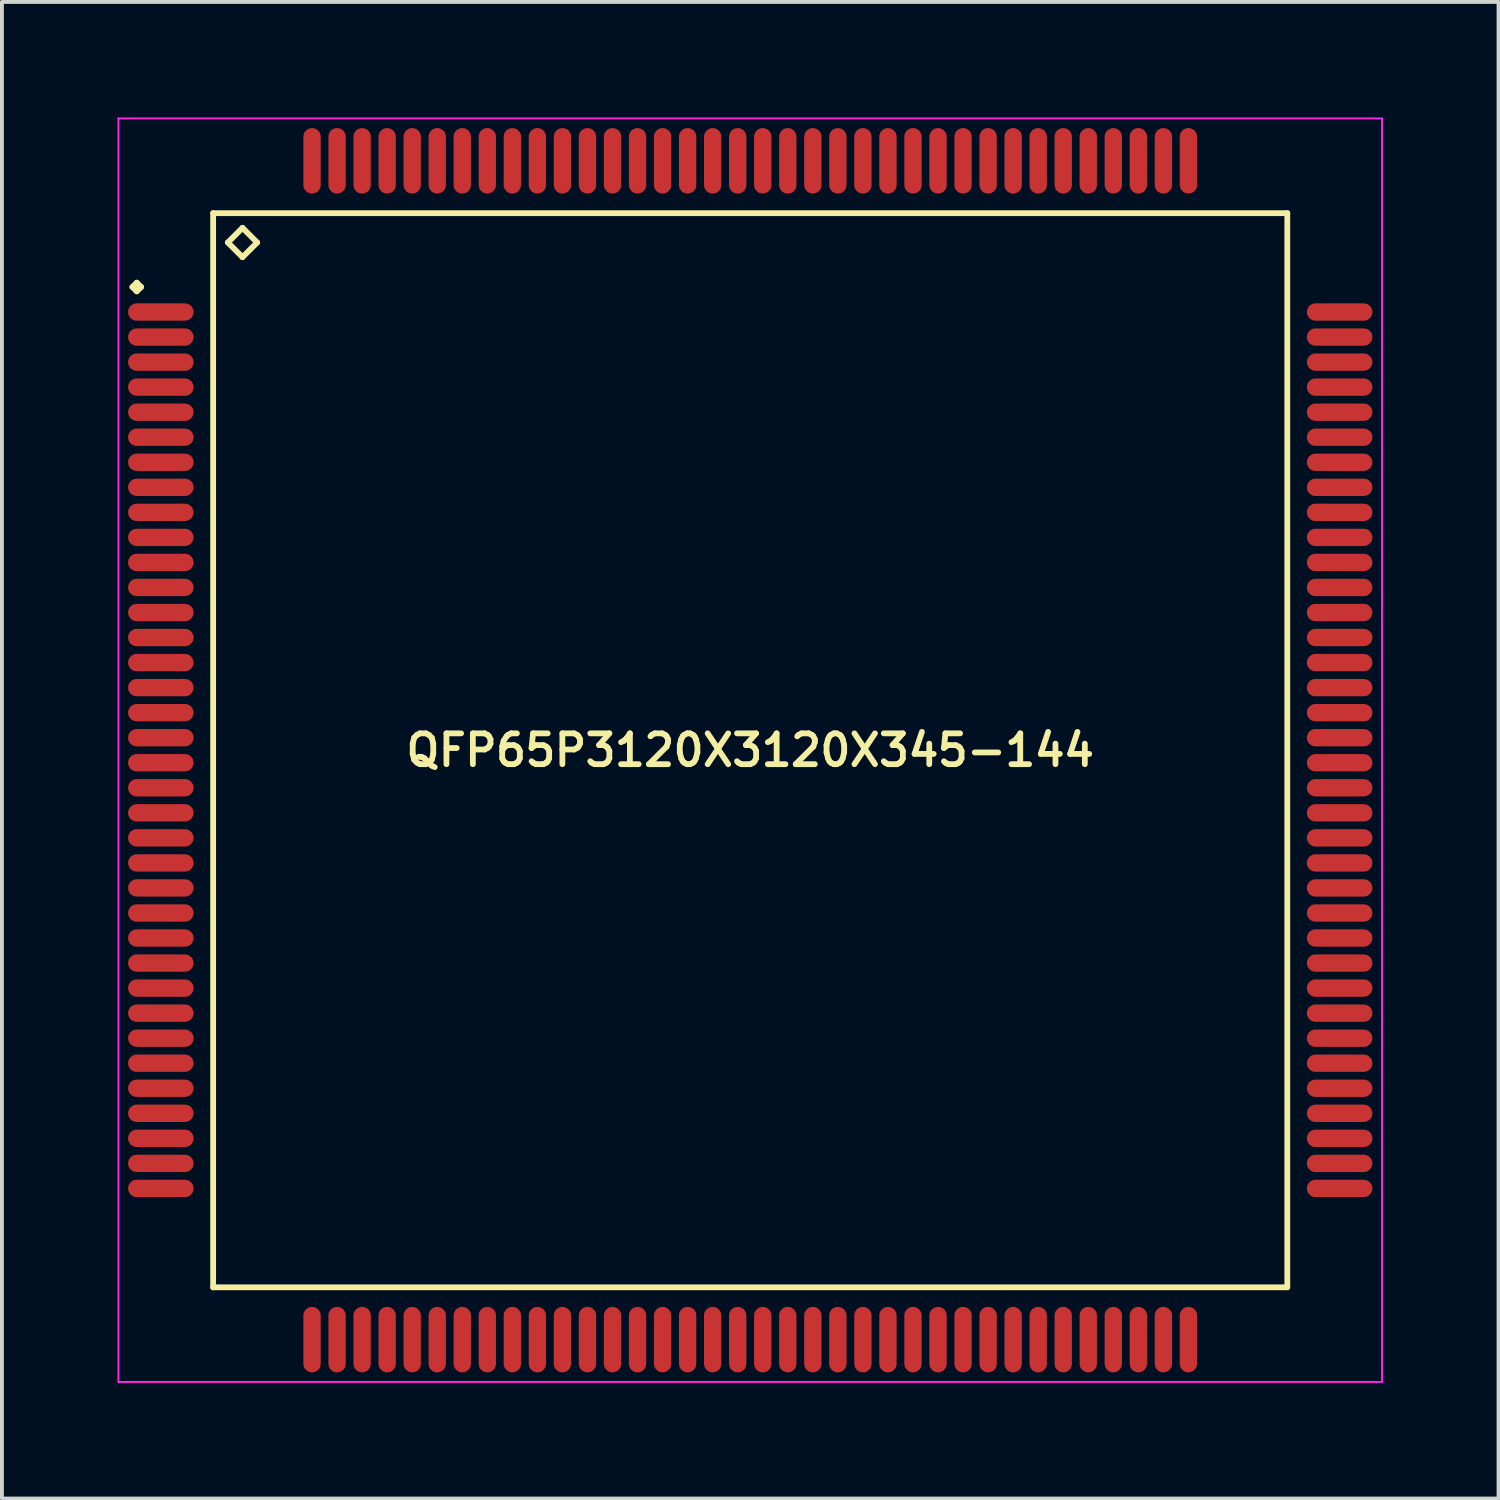
<source format=kicad_pcb>
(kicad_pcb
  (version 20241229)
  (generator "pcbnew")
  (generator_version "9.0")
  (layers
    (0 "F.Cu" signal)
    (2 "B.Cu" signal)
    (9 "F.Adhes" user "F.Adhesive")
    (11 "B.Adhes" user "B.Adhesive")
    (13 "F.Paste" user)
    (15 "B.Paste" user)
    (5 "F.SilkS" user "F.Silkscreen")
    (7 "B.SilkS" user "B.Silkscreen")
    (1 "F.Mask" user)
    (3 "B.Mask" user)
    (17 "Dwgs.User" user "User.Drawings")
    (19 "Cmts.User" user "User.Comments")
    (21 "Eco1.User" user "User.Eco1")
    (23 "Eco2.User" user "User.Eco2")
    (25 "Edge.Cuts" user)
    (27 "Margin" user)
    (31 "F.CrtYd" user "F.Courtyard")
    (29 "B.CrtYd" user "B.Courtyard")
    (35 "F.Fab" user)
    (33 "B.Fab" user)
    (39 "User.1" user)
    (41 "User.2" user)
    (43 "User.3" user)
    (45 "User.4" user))
  (footprint "QFP65P3120X3120X345-144"
    (layer "F.Cu")
    (at 16.425 16.425)
    (property "Reference" "QFP65P3120X3120X345-144" (at 0 0 0) (layer "F.SilkS") (effects (font (size 0.8 0.8) (thickness 0.15))))
    (attr smd)
    (fp_line (start -16.038 -12.025) (end -15.925 -12.137) (stroke (width 0.15) (type solid)) (layer "F.SilkS"))
    (fp_line (start -15.925 -12.137) (end -15.812 -12.025) (stroke (width 0.15) (type solid)) (layer "F.SilkS"))
    (fp_line (start -15.925 -11.912) (end -16.038 -12.025) (stroke (width 0.15) (type solid)) (layer "F.SilkS"))
    (fp_line (start -15.812 -12.025) (end -15.925 -11.912) (stroke (width 0.15) (type solid)) (layer "F.SilkS"))
    (fp_line (start -13.942 -13.942) (end -13.942 13.942) (stroke (width 0.15) (type solid)) (layer "F.SilkS"))
    (fp_line (start -13.942 13.942) (end 13.942 13.942) (stroke (width 0.15) (type solid)) (layer "F.SilkS"))
    (fp_line (start -13.561 -13.18) (end -13.18 -13.561) (stroke (width 0.15) (type solid)) (layer "F.SilkS"))
    (fp_line (start -13.18 -13.561) (end -12.799 -13.18) (stroke (width 0.15) (type solid)) (layer "F.SilkS"))
    (fp_line (start -13.18 -12.799) (end -13.561 -13.18) (stroke (width 0.15) (type solid)) (layer "F.SilkS"))
    (fp_line (start -12.799 -13.18) (end -13.18 -12.799) (stroke (width 0.15) (type solid)) (layer "F.SilkS"))
    (fp_line (start 13.942 -13.942) (end -13.942 -13.942) (stroke (width 0.15) (type solid)) (layer "F.SilkS"))
    (fp_line (start 13.942 13.942) (end 13.942 -13.942) (stroke (width 0.15) (type solid)) (layer "F.SilkS"))
    (fp_line (start -16.4 -16.4) (end 16.4 -16.4) (stroke (width 0.05) (type solid)) (layer "F.CrtYd"))
    (fp_line (start -16.4 16.4) (end -16.4 -16.4) (stroke (width 0.05) (type solid)) (layer "F.CrtYd"))
    (fp_line (start 16.4 -16.4) (end 16.4 16.4) (stroke (width 0.05) (type solid)) (layer "F.CrtYd"))
    (fp_line (start 16.4 16.4) (end -16.4 16.4) (stroke (width 0.05) (type solid)) (layer "F.CrtYd"))
    (pad "1" smd oval (at -15.3 -11.375) (size 1.7 0.45) (layers "F.Cu" "F.Mask" "F.Paste"))
    (pad "2" smd oval (at -15.3 -10.725) (size 1.7 0.45) (layers "F.Cu" "F.Mask" "F.Paste"))
    (pad "3" smd oval (at -15.3 -10.075) (size 1.7 0.45) (layers "F.Cu" "F.Mask" "F.Paste"))
    (pad "4" smd oval (at -15.3 -9.425) (size 1.7 0.45) (layers "F.Cu" "F.Mask" "F.Paste"))
    (pad "5" smd oval (at -15.3 -8.775) (size 1.7 0.45) (layers "F.Cu" "F.Mask" "F.Paste"))
    (pad "6" smd oval (at -15.3 -8.125) (size 1.7 0.45) (layers "F.Cu" "F.Mask" "F.Paste"))
    (pad "7" smd oval (at -15.3 -7.475) (size 1.7 0.45) (layers "F.Cu" "F.Mask" "F.Paste"))
    (pad "8" smd oval (at -15.3 -6.825) (size 1.7 0.45) (layers "F.Cu" "F.Mask" "F.Paste"))
    (pad "9" smd oval (at -15.3 -6.175) (size 1.7 0.45) (layers "F.Cu" "F.Mask" "F.Paste"))
    (pad "10" smd oval (at -15.3 -5.525) (size 1.7 0.45) (layers "F.Cu" "F.Mask" "F.Paste"))
    (pad "11" smd oval (at -15.3 -4.875) (size 1.7 0.45) (layers "F.Cu" "F.Mask" "F.Paste"))
    (pad "12" smd oval (at -15.3 -4.225) (size 1.7 0.45) (layers "F.Cu" "F.Mask" "F.Paste"))
    (pad "13" smd oval (at -15.3 -3.575) (size 1.7 0.45) (layers "F.Cu" "F.Mask" "F.Paste"))
    (pad "14" smd oval (at -15.3 -2.925) (size 1.7 0.45) (layers "F.Cu" "F.Mask" "F.Paste"))
    (pad "15" smd oval (at -15.3 -2.275) (size 1.7 0.45) (layers "F.Cu" "F.Mask" "F.Paste"))
    (pad "16" smd oval (at -15.3 -1.625) (size 1.7 0.45) (layers "F.Cu" "F.Mask" "F.Paste"))
    (pad "17" smd oval (at -15.3 -0.975) (size 1.7 0.45) (layers "F.Cu" "F.Mask" "F.Paste"))
    (pad "18" smd oval (at -15.3 -0.325) (size 1.7 0.45) (layers "F.Cu" "F.Mask" "F.Paste"))
    (pad "19" smd oval (at -15.3 0.325) (size 1.7 0.45) (layers "F.Cu" "F.Mask" "F.Paste"))
    (pad "20" smd oval (at -15.3 0.975) (size 1.7 0.45) (layers "F.Cu" "F.Mask" "F.Paste"))
    (pad "21" smd oval (at -15.3 1.625) (size 1.7 0.45) (layers "F.Cu" "F.Mask" "F.Paste"))
    (pad "22" smd oval (at -15.3 2.275) (size 1.7 0.45) (layers "F.Cu" "F.Mask" "F.Paste"))
    (pad "23" smd oval (at -15.3 2.925) (size 1.7 0.45) (layers "F.Cu" "F.Mask" "F.Paste"))
    (pad "24" smd oval (at -15.3 3.575) (size 1.7 0.45) (layers "F.Cu" "F.Mask" "F.Paste"))
    (pad "25" smd oval (at -15.3 4.225) (size 1.7 0.45) (layers "F.Cu" "F.Mask" "F.Paste"))
    (pad "26" smd oval (at -15.3 4.875) (size 1.7 0.45) (layers "F.Cu" "F.Mask" "F.Paste"))
    (pad "27" smd oval (at -15.3 5.525) (size 1.7 0.45) (layers "F.Cu" "F.Mask" "F.Paste"))
    (pad "28" smd oval (at -15.3 6.175) (size 1.7 0.45) (layers "F.Cu" "F.Mask" "F.Paste"))
    (pad "29" smd oval (at -15.3 6.825) (size 1.7 0.45) (layers "F.Cu" "F.Mask" "F.Paste"))
    (pad "30" smd oval (at -15.3 7.475) (size 1.7 0.45) (layers "F.Cu" "F.Mask" "F.Paste"))
    (pad "31" smd oval (at -15.3 8.125) (size 1.7 0.45) (layers "F.Cu" "F.Mask" "F.Paste"))
    (pad "32" smd oval (at -15.3 8.775) (size 1.7 0.45) (layers "F.Cu" "F.Mask" "F.Paste"))
    (pad "33" smd oval (at -15.3 9.425) (size 1.7 0.45) (layers "F.Cu" "F.Mask" "F.Paste"))
    (pad "34" smd oval (at -15.3 10.075) (size 1.7 0.45) (layers "F.Cu" "F.Mask" "F.Paste"))
    (pad "35" smd oval (at -15.3 10.725) (size 1.7 0.45) (layers "F.Cu" "F.Mask" "F.Paste"))
    (pad "36" smd oval (at -15.3 11.375) (size 1.7 0.45) (layers "F.Cu" "F.Mask" "F.Paste"))
    (pad "37" smd oval (at -11.375 15.3) (size 0.45 1.7) (layers "F.Cu" "F.Mask" "F.Paste"))
    (pad "38" smd oval (at -10.725 15.3) (size 0.45 1.7) (layers "F.Cu" "F.Mask" "F.Paste"))
    (pad "39" smd oval (at -10.075 15.3) (size 0.45 1.7) (layers "F.Cu" "F.Mask" "F.Paste"))
    (pad "40" smd oval (at -9.425 15.3) (size 0.45 1.7) (layers "F.Cu" "F.Mask" "F.Paste"))
    (pad "41" smd oval (at -8.775 15.3) (size 0.45 1.7) (layers "F.Cu" "F.Mask" "F.Paste"))
    (pad "42" smd oval (at -8.125 15.3) (size 0.45 1.7) (layers "F.Cu" "F.Mask" "F.Paste"))
    (pad "43" smd oval (at -7.475 15.3) (size 0.45 1.7) (layers "F.Cu" "F.Mask" "F.Paste"))
    (pad "44" smd oval (at -6.825 15.3) (size 0.45 1.7) (layers "F.Cu" "F.Mask" "F.Paste"))
    (pad "45" smd oval (at -6.175 15.3) (size 0.45 1.7) (layers "F.Cu" "F.Mask" "F.Paste"))
    (pad "46" smd oval (at -5.525 15.3) (size 0.45 1.7) (layers "F.Cu" "F.Mask" "F.Paste"))
    (pad "47" smd oval (at -4.875 15.3) (size 0.45 1.7) (layers "F.Cu" "F.Mask" "F.Paste"))
    (pad "48" smd oval (at -4.225 15.3) (size 0.45 1.7) (layers "F.Cu" "F.Mask" "F.Paste"))
    (pad "49" smd oval (at -3.575 15.3) (size 0.45 1.7) (layers "F.Cu" "F.Mask" "F.Paste"))
    (pad "50" smd oval (at -2.925 15.3) (size 0.45 1.7) (layers "F.Cu" "F.Mask" "F.Paste"))
    (pad "51" smd oval (at -2.275 15.3) (size 0.45 1.7) (layers "F.Cu" "F.Mask" "F.Paste"))
    (pad "52" smd oval (at -1.625 15.3) (size 0.45 1.7) (layers "F.Cu" "F.Mask" "F.Paste"))
    (pad "53" smd oval (at -0.975 15.3) (size 0.45 1.7) (layers "F.Cu" "F.Mask" "F.Paste"))
    (pad "54" smd oval (at -0.325 15.3) (size 0.45 1.7) (layers "F.Cu" "F.Mask" "F.Paste"))
    (pad "55" smd oval (at 0.325 15.3) (size 0.45 1.7) (layers "F.Cu" "F.Mask" "F.Paste"))
    (pad "56" smd oval (at 0.975 15.3) (size 0.45 1.7) (layers "F.Cu" "F.Mask" "F.Paste"))
    (pad "57" smd oval (at 1.625 15.3) (size 0.45 1.7) (layers "F.Cu" "F.Mask" "F.Paste"))
    (pad "58" smd oval (at 2.275 15.3) (size 0.45 1.7) (layers "F.Cu" "F.Mask" "F.Paste"))
    (pad "59" smd oval (at 2.925 15.3) (size 0.45 1.7) (layers "F.Cu" "F.Mask" "F.Paste"))
    (pad "60" smd oval (at 3.575 15.3) (size 0.45 1.7) (layers "F.Cu" "F.Mask" "F.Paste"))
    (pad "61" smd oval (at 4.225 15.3) (size 0.45 1.7) (layers "F.Cu" "F.Mask" "F.Paste"))
    (pad "62" smd oval (at 4.875 15.3) (size 0.45 1.7) (layers "F.Cu" "F.Mask" "F.Paste"))
    (pad "63" smd oval (at 5.525 15.3) (size 0.45 1.7) (layers "F.Cu" "F.Mask" "F.Paste"))
    (pad "64" smd oval (at 6.175 15.3) (size 0.45 1.7) (layers "F.Cu" "F.Mask" "F.Paste"))
    (pad "65" smd oval (at 6.825 15.3) (size 0.45 1.7) (layers "F.Cu" "F.Mask" "F.Paste"))
    (pad "66" smd oval (at 7.475 15.3) (size 0.45 1.7) (layers "F.Cu" "F.Mask" "F.Paste"))
    (pad "67" smd oval (at 8.125 15.3) (size 0.45 1.7) (layers "F.Cu" "F.Mask" "F.Paste"))
    (pad "68" smd oval (at 8.775 15.3) (size 0.45 1.7) (layers "F.Cu" "F.Mask" "F.Paste"))
    (pad "69" smd oval (at 9.425 15.3) (size 0.45 1.7) (layers "F.Cu" "F.Mask" "F.Paste"))
    (pad "70" smd oval (at 10.075 15.3) (size 0.45 1.7) (layers "F.Cu" "F.Mask" "F.Paste"))
    (pad "71" smd oval (at 10.725 15.3) (size 0.45 1.7) (layers "F.Cu" "F.Mask" "F.Paste"))
    (pad "72" smd oval (at 11.375 15.3) (size 0.45 1.7) (layers "F.Cu" "F.Mask" "F.Paste"))
    (pad "73" smd oval (at 15.3 11.375) (size 1.7 0.45) (layers "F.Cu" "F.Mask" "F.Paste"))
    (pad "74" smd oval (at 15.3 10.725) (size 1.7 0.45) (layers "F.Cu" "F.Mask" "F.Paste"))
    (pad "75" smd oval (at 15.3 10.075) (size 1.7 0.45) (layers "F.Cu" "F.Mask" "F.Paste"))
    (pad "76" smd oval (at 15.3 9.425) (size 1.7 0.45) (layers "F.Cu" "F.Mask" "F.Paste"))
    (pad "77" smd oval (at 15.3 8.775) (size 1.7 0.45) (layers "F.Cu" "F.Mask" "F.Paste"))
    (pad "78" smd oval (at 15.3 8.125) (size 1.7 0.45) (layers "F.Cu" "F.Mask" "F.Paste"))
    (pad "79" smd oval (at 15.3 7.475) (size 1.7 0.45) (layers "F.Cu" "F.Mask" "F.Paste"))
    (pad "80" smd oval (at 15.3 6.825) (size 1.7 0.45) (layers "F.Cu" "F.Mask" "F.Paste"))
    (pad "81" smd oval (at 15.3 6.175) (size 1.7 0.45) (layers "F.Cu" "F.Mask" "F.Paste"))
    (pad "82" smd oval (at 15.3 5.525) (size 1.7 0.45) (layers "F.Cu" "F.Mask" "F.Paste"))
    (pad "83" smd oval (at 15.3 4.875) (size 1.7 0.45) (layers "F.Cu" "F.Mask" "F.Paste"))
    (pad "84" smd oval (at 15.3 4.225) (size 1.7 0.45) (layers "F.Cu" "F.Mask" "F.Paste"))
    (pad "85" smd oval (at 15.3 3.575) (size 1.7 0.45) (layers "F.Cu" "F.Mask" "F.Paste"))
    (pad "86" smd oval (at 15.3 2.925) (size 1.7 0.45) (layers "F.Cu" "F.Mask" "F.Paste"))
    (pad "87" smd oval (at 15.3 2.275) (size 1.7 0.45) (layers "F.Cu" "F.Mask" "F.Paste"))
    (pad "88" smd oval (at 15.3 1.625) (size 1.7 0.45) (layers "F.Cu" "F.Mask" "F.Paste"))
    (pad "89" smd oval (at 15.3 0.975) (size 1.7 0.45) (layers "F.Cu" "F.Mask" "F.Paste"))
    (pad "90" smd oval (at 15.3 0.325) (size 1.7 0.45) (layers "F.Cu" "F.Mask" "F.Paste"))
    (pad "91" smd oval (at 15.3 -0.325) (size 1.7 0.45) (layers "F.Cu" "F.Mask" "F.Paste"))
    (pad "92" smd oval (at 15.3 -0.975) (size 1.7 0.45) (layers "F.Cu" "F.Mask" "F.Paste"))
    (pad "93" smd oval (at 15.3 -1.625) (size 1.7 0.45) (layers "F.Cu" "F.Mask" "F.Paste"))
    (pad "94" smd oval (at 15.3 -2.275) (size 1.7 0.45) (layers "F.Cu" "F.Mask" "F.Paste"))
    (pad "95" smd oval (at 15.3 -2.925) (size 1.7 0.45) (layers "F.Cu" "F.Mask" "F.Paste"))
    (pad "96" smd oval (at 15.3 -3.575) (size 1.7 0.45) (layers "F.Cu" "F.Mask" "F.Paste"))
    (pad "97" smd oval (at 15.3 -4.225) (size 1.7 0.45) (layers "F.Cu" "F.Mask" "F.Paste"))
    (pad "98" smd oval (at 15.3 -4.875) (size 1.7 0.45) (layers "F.Cu" "F.Mask" "F.Paste"))
    (pad "99" smd oval (at 15.3 -5.525) (size 1.7 0.45) (layers "F.Cu" "F.Mask" "F.Paste"))
    (pad "100" smd oval (at 15.3 -6.175) (size 1.7 0.45) (layers "F.Cu" "F.Mask" "F.Paste"))
    (pad "101" smd oval (at 15.3 -6.825) (size 1.7 0.45) (layers "F.Cu" "F.Mask" "F.Paste"))
    (pad "102" smd oval (at 15.3 -7.475) (size 1.7 0.45) (layers "F.Cu" "F.Mask" "F.Paste"))
    (pad "103" smd oval (at 15.3 -8.125) (size 1.7 0.45) (layers "F.Cu" "F.Mask" "F.Paste"))
    (pad "104" smd oval (at 15.3 -8.775) (size 1.7 0.45) (layers "F.Cu" "F.Mask" "F.Paste"))
    (pad "105" smd oval (at 15.3 -9.425) (size 1.7 0.45) (layers "F.Cu" "F.Mask" "F.Paste"))
    (pad "106" smd oval (at 15.3 -10.075) (size 1.7 0.45) (layers "F.Cu" "F.Mask" "F.Paste"))
    (pad "107" smd oval (at 15.3 -10.725) (size 1.7 0.45) (layers "F.Cu" "F.Mask" "F.Paste"))
    (pad "108" smd oval (at 15.3 -11.375) (size 1.7 0.45) (layers "F.Cu" "F.Mask" "F.Paste"))
    (pad "109" smd oval (at 11.375 -15.3) (size 0.45 1.7) (layers "F.Cu" "F.Mask" "F.Paste"))
    (pad "110" smd oval (at 10.725 -15.3) (size 0.45 1.7) (layers "F.Cu" "F.Mask" "F.Paste"))
    (pad "111" smd oval (at 10.075 -15.3) (size 0.45 1.7) (layers "F.Cu" "F.Mask" "F.Paste"))
    (pad "112" smd oval (at 9.425 -15.3) (size 0.45 1.7) (layers "F.Cu" "F.Mask" "F.Paste"))
    (pad "113" smd oval (at 8.775 -15.3) (size 0.45 1.7) (layers "F.Cu" "F.Mask" "F.Paste"))
    (pad "114" smd oval (at 8.125 -15.3) (size 0.45 1.7) (layers "F.Cu" "F.Mask" "F.Paste"))
    (pad "115" smd oval (at 7.475 -15.3) (size 0.45 1.7) (layers "F.Cu" "F.Mask" "F.Paste"))
    (pad "116" smd oval (at 6.825 -15.3) (size 0.45 1.7) (layers "F.Cu" "F.Mask" "F.Paste"))
    (pad "117" smd oval (at 6.175 -15.3) (size 0.45 1.7) (layers "F.Cu" "F.Mask" "F.Paste"))
    (pad "118" smd oval (at 5.525 -15.3) (size 0.45 1.7) (layers "F.Cu" "F.Mask" "F.Paste"))
    (pad "119" smd oval (at 4.875 -15.3) (size 0.45 1.7) (layers "F.Cu" "F.Mask" "F.Paste"))
    (pad "120" smd oval (at 4.225 -15.3) (size 0.45 1.7) (layers "F.Cu" "F.Mask" "F.Paste"))
    (pad "121" smd oval (at 3.575 -15.3) (size 0.45 1.7) (layers "F.Cu" "F.Mask" "F.Paste"))
    (pad "122" smd oval (at 2.925 -15.3) (size 0.45 1.7) (layers "F.Cu" "F.Mask" "F.Paste"))
    (pad "123" smd oval (at 2.275 -15.3) (size 0.45 1.7) (layers "F.Cu" "F.Mask" "F.Paste"))
    (pad "124" smd oval (at 1.625 -15.3) (size 0.45 1.7) (layers "F.Cu" "F.Mask" "F.Paste"))
    (pad "125" smd oval (at 0.975 -15.3) (size 0.45 1.7) (layers "F.Cu" "F.Mask" "F.Paste"))
    (pad "126" smd oval (at 0.325 -15.3) (size 0.45 1.7) (layers "F.Cu" "F.Mask" "F.Paste"))
    (pad "127" smd oval (at -0.325 -15.3) (size 0.45 1.7) (layers "F.Cu" "F.Mask" "F.Paste"))
    (pad "128" smd oval (at -0.975 -15.3) (size 0.45 1.7) (layers "F.Cu" "F.Mask" "F.Paste"))
    (pad "129" smd oval (at -1.625 -15.3) (size 0.45 1.7) (layers "F.Cu" "F.Mask" "F.Paste"))
    (pad "130" smd oval (at -2.275 -15.3) (size 0.45 1.7) (layers "F.Cu" "F.Mask" "F.Paste"))
    (pad "131" smd oval (at -2.925 -15.3) (size 0.45 1.7) (layers "F.Cu" "F.Mask" "F.Paste"))
    (pad "132" smd oval (at -3.575 -15.3) (size 0.45 1.7) (layers "F.Cu" "F.Mask" "F.Paste"))
    (pad "133" smd oval (at -4.225 -15.3) (size 0.45 1.7) (layers "F.Cu" "F.Mask" "F.Paste"))
    (pad "134" smd oval (at -4.875 -15.3) (size 0.45 1.7) (layers "F.Cu" "F.Mask" "F.Paste"))
    (pad "135" smd oval (at -5.525 -15.3) (size 0.45 1.7) (layers "F.Cu" "F.Mask" "F.Paste"))
    (pad "136" smd oval (at -6.175 -15.3) (size 0.45 1.7) (layers "F.Cu" "F.Mask" "F.Paste"))
    (pad "137" smd oval (at -6.825 -15.3) (size 0.45 1.7) (layers "F.Cu" "F.Mask" "F.Paste"))
    (pad "138" smd oval (at -7.475 -15.3) (size 0.45 1.7) (layers "F.Cu" "F.Mask" "F.Paste"))
    (pad "139" smd oval (at -8.125 -15.3) (size 0.45 1.7) (layers "F.Cu" "F.Mask" "F.Paste"))
    (pad "140" smd oval (at -8.775 -15.3) (size 0.45 1.7) (layers "F.Cu" "F.Mask" "F.Paste"))
    (pad "141" smd oval (at -9.425 -15.3) (size 0.45 1.7) (layers "F.Cu" "F.Mask" "F.Paste"))
    (pad "142" smd oval (at -10.075 -15.3) (size 0.45 1.7) (layers "F.Cu" "F.Mask" "F.Paste"))
    (pad "143" smd oval (at -10.725 -15.3) (size 0.45 1.7) (layers "F.Cu" "F.Mask" "F.Paste"))
    (pad "144" smd oval (at -11.375 -15.3) (size 0.45 1.7) (layers "F.Cu" "F.Mask" "F.Paste")))
  (gr_rect
    (start -3 -3)
    (end 35.85 35.85)
    (stroke (width 0.1) (type default))
    (fill no)
    (layer "Edge.Cuts")))
</source>
